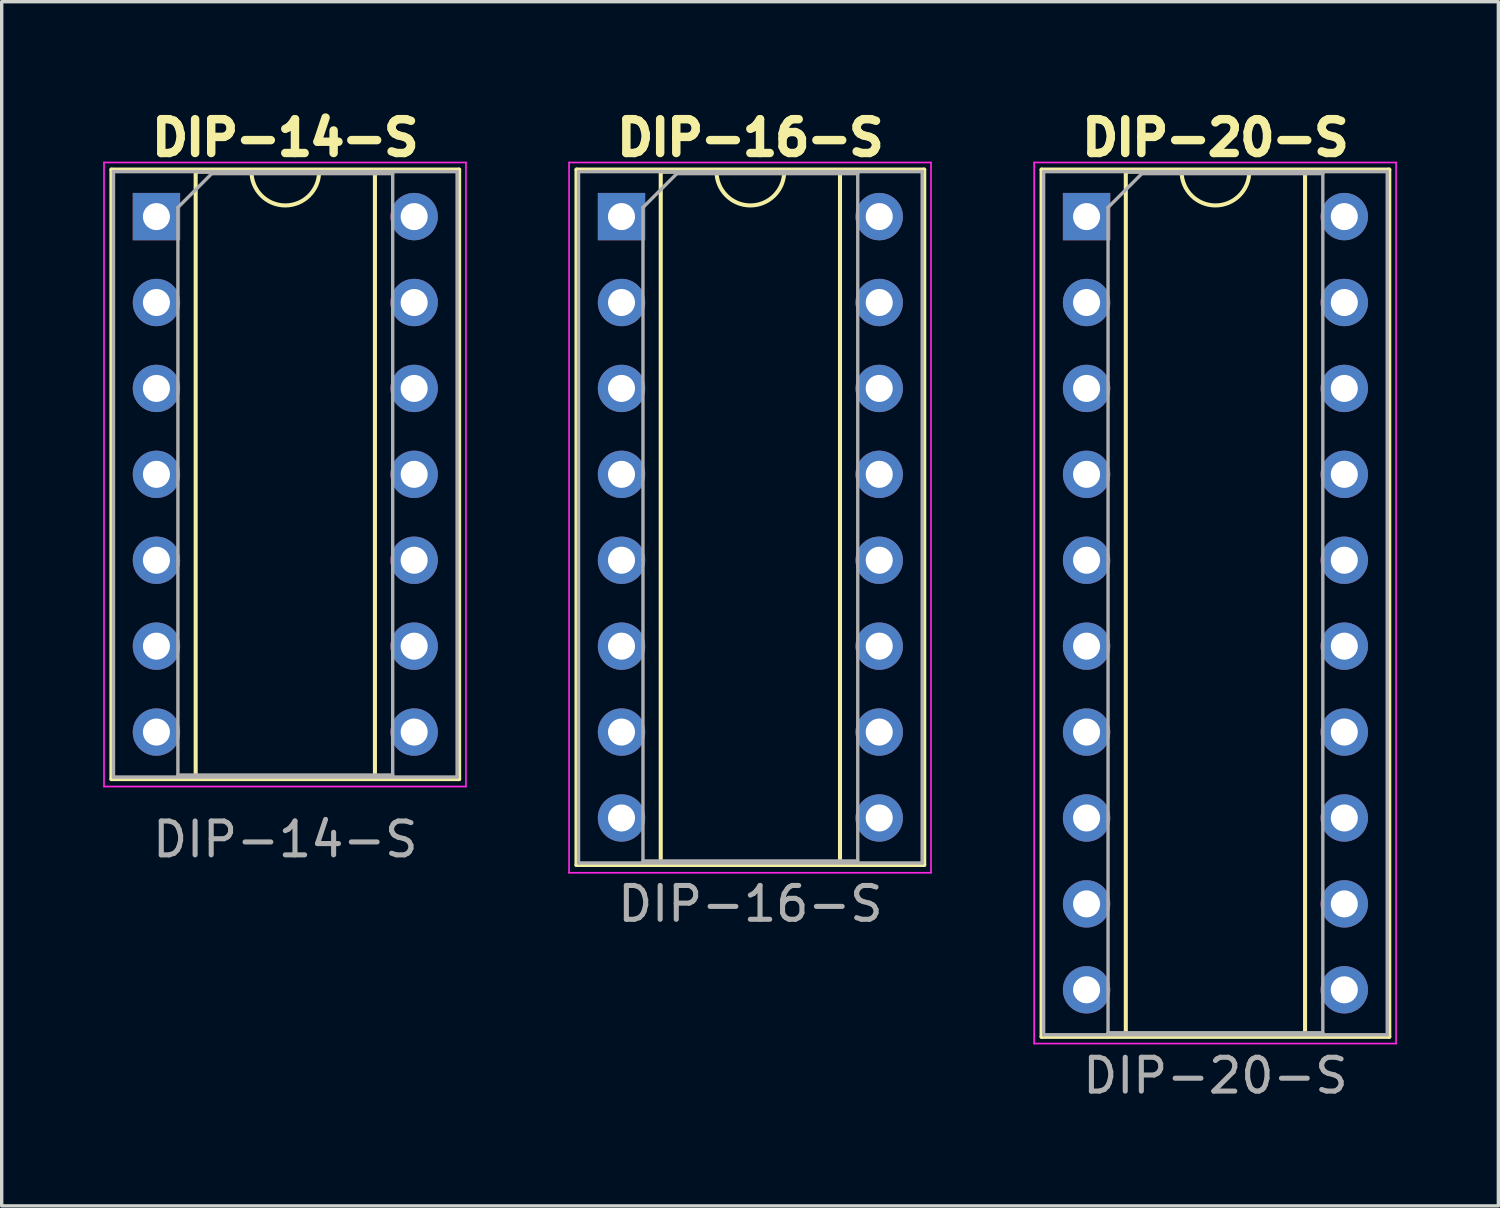
<source format=kicad_pcb>
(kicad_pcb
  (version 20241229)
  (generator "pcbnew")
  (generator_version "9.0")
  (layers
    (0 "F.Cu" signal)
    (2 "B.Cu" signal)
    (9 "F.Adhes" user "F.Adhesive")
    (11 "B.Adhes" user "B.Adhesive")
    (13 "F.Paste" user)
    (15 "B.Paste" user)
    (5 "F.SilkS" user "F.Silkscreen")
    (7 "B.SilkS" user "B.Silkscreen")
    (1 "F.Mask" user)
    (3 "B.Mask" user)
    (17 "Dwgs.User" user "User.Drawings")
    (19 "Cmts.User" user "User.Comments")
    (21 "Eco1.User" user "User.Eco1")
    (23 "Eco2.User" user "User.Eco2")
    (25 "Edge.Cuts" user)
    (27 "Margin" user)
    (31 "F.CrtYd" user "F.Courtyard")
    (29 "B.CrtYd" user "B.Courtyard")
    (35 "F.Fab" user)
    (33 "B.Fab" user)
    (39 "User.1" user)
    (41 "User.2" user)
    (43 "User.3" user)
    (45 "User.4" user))
  (footprint "DIP-20-S"
    (layer "F.Cu")
    (at 29.075 3.354)
    (property "Reference" "DIP-20-S" (at 3.81 -2.33 0) (layer "F.SilkS") (effects (font (size 1 1) (thickness 0.25))))
    (attr through_hole)
    (fp_line (start -1.33 -1.39) (end -1.33 24.25) (stroke (width 0.12) (type solid)) (layer "F.SilkS"))
    (fp_line (start -1.33 24.25) (end 8.95 24.25) (stroke (width 0.12) (type solid)) (layer "F.SilkS"))
    (fp_line (start 1.16 -1.33) (end 1.16 24.19) (stroke (width 0.12) (type solid)) (layer "F.SilkS"))
    (fp_line (start 1.16 24.19) (end 6.46 24.19) (stroke (width 0.12) (type solid)) (layer "F.SilkS"))
    (fp_line (start 2.81 -1.33) (end 1.16 -1.33) (stroke (width 0.12) (type solid)) (layer "F.SilkS"))
    (fp_line (start 6.46 -1.33) (end 4.81 -1.33) (stroke (width 0.12) (type solid)) (layer "F.SilkS"))
    (fp_line (start 6.46 24.19) (end 6.46 -1.33) (stroke (width 0.12) (type solid)) (layer "F.SilkS"))
    (fp_line (start 8.95 -1.39) (end -1.33 -1.39) (stroke (width 0.12) (type solid)) (layer "F.SilkS"))
    (fp_line (start 8.95 24.25) (end 8.95 -1.39) (stroke (width 0.12) (type solid)) (layer "F.SilkS"))
    (fp_arc (start 4.81 -1.33) (mid 3.81 -0.33) (end 2.81 -1.33) (stroke (width 0.12) (type solid)) (layer "F.SilkS"))
    (fp_line (start -1.55 -1.6) (end -1.55 24.45) (stroke (width 0.05) (type solid)) (layer "F.CrtYd"))
    (fp_line (start -1.55 24.45) (end 9.15 24.45) (stroke (width 0.05) (type solid)) (layer "F.CrtYd"))
    (fp_line (start 9.15 -1.6) (end -1.55 -1.6) (stroke (width 0.05) (type solid)) (layer "F.CrtYd"))
    (fp_line (start 9.15 24.45) (end 9.15 -1.6) (stroke (width 0.05) (type solid)) (layer "F.CrtYd"))
    (fp_line (start -1.27 -1.33) (end -1.27 24.19) (stroke (width 0.1) (type solid)) (layer "F.Fab"))
    (fp_line (start -1.27 24.19) (end 8.89 24.19) (stroke (width 0.1) (type solid)) (layer "F.Fab"))
    (fp_line (start 0.635 -0.27) (end 1.635 -1.27) (stroke (width 0.1) (type solid)) (layer "F.Fab"))
    (fp_line (start 0.635 24.13) (end 0.635 -0.27) (stroke (width 0.1) (type solid)) (layer "F.Fab"))
    (fp_line (start 1.635 -1.27) (end 6.985 -1.27) (stroke (width 0.1) (type solid)) (layer "F.Fab"))
    (fp_line (start 6.985 -1.27) (end 6.985 24.13) (stroke (width 0.1) (type solid)) (layer "F.Fab"))
    (fp_line (start 6.985 24.13) (end 0.635 24.13) (stroke (width 0.1) (type solid)) (layer "F.Fab"))
    (fp_line (start 8.89 -1.33) (end -1.27 -1.33) (stroke (width 0.1) (type solid)) (layer "F.Fab"))
    (fp_line (start 8.89 24.19) (end 8.89 -1.33) (stroke (width 0.1) (type solid)) (layer "F.Fab"))
    (fp_text user "${REFERENCE}" (at 3.81 25.4 0) (layer "F.Fab") (effects (font (size 1 1) (thickness 0.15))))
    (pad "1" thru_hole rect (at 0 0) (size 1.4 1.4) (drill 0.8) (layers "*.Cu" "*.Mask"))
    (pad "2" thru_hole circle (at 0 2.54) (size 1.4 1.4) (drill 0.8) (layers "*.Cu" "*.Mask"))
    (pad "3" thru_hole circle (at 0 5.08) (size 1.4 1.4) (drill 0.8) (layers "*.Cu" "*.Mask"))
    (pad "4" thru_hole circle (at 0 7.62) (size 1.4 1.4) (drill 0.8) (layers "*.Cu" "*.Mask"))
    (pad "5" thru_hole circle (at 0 10.16) (size 1.4 1.4) (drill 0.8) (layers "*.Cu" "*.Mask"))
    (pad "6" thru_hole circle (at 0 12.7) (size 1.4 1.4) (drill 0.8) (layers "*.Cu" "*.Mask"))
    (pad "7" thru_hole circle (at 0 15.24) (size 1.4 1.4) (drill 0.8) (layers "*.Cu" "*.Mask"))
    (pad "8" thru_hole circle (at 0 17.78) (size 1.4 1.4) (drill 0.8) (layers "*.Cu" "*.Mask"))
    (pad "9" thru_hole circle (at 0 20.32) (size 1.4 1.4) (drill 0.8) (layers "*.Cu" "*.Mask"))
    (pad "10" thru_hole circle (at 0 22.86) (size 1.4 1.4) (drill 0.8) (layers "*.Cu" "*.Mask"))
    (pad "11" thru_hole circle (at 7.62 22.86) (size 1.4 1.4) (drill 0.8) (layers "*.Cu" "*.Mask"))
    (pad "12" thru_hole circle (at 7.62 20.32) (size 1.4 1.4) (drill 0.8) (layers "*.Cu" "*.Mask"))
    (pad "13" thru_hole circle (at 7.62 17.78) (size 1.4 1.4) (drill 0.8) (layers "*.Cu" "*.Mask"))
    (pad "14" thru_hole circle (at 7.62 15.24) (size 1.4 1.4) (drill 0.8) (layers "*.Cu" "*.Mask"))
    (pad "15" thru_hole circle (at 7.62 12.7) (size 1.4 1.4) (drill 0.8) (layers "*.Cu" "*.Mask"))
    (pad "16" thru_hole circle (at 7.62 10.16) (size 1.4 1.4) (drill 0.8) (layers "*.Cu" "*.Mask"))
    (pad "17" thru_hole circle (at 7.62 7.62) (size 1.4 1.4) (drill 0.8) (layers "*.Cu" "*.Mask"))
    (pad "18" thru_hole circle (at 7.62 5.08) (size 1.4 1.4) (drill 0.8) (layers "*.Cu" "*.Mask"))
    (pad "19" thru_hole circle (at 7.62 2.54) (size 1.4 1.4) (drill 0.8) (layers "*.Cu" "*.Mask"))
    (pad "20" thru_hole circle (at 7.62 0) (size 1.4 1.4) (drill 0.8) (layers "*.Cu" "*.Mask")))
  (footprint "DIP-16-S"
    (layer "F.Cu")
    (at 15.325 3.354)
    (property "Reference" "DIP-16-S" (at 3.81 -2.33 0) (layer "F.SilkS") (effects (font (size 1 1) (thickness 0.25))))
    (attr through_hole)
    (fp_line (start -1.33 -1.39) (end -1.33 19.17) (stroke (width 0.12) (type solid)) (layer "F.SilkS"))
    (fp_line (start -1.33 19.17) (end 8.95 19.17) (stroke (width 0.12) (type solid)) (layer "F.SilkS"))
    (fp_line (start 1.16 -1.33) (end 1.16 19.11) (stroke (width 0.12) (type solid)) (layer "F.SilkS"))
    (fp_line (start 1.16 19.11) (end 6.46 19.11) (stroke (width 0.12) (type solid)) (layer "F.SilkS"))
    (fp_line (start 2.81 -1.33) (end 1.16 -1.33) (stroke (width 0.12) (type solid)) (layer "F.SilkS"))
    (fp_line (start 6.46 -1.33) (end 4.81 -1.33) (stroke (width 0.12) (type solid)) (layer "F.SilkS"))
    (fp_line (start 6.46 19.11) (end 6.46 -1.33) (stroke (width 0.12) (type solid)) (layer "F.SilkS"))
    (fp_line (start 8.95 -1.39) (end -1.33 -1.39) (stroke (width 0.12) (type solid)) (layer "F.SilkS"))
    (fp_line (start 8.95 19.17) (end 8.95 -1.39) (stroke (width 0.12) (type solid)) (layer "F.SilkS"))
    (fp_arc (start 4.81 -1.33) (mid 3.81 -0.33) (end 2.81 -1.33) (stroke (width 0.12) (type solid)) (layer "F.SilkS"))
    (fp_line (start -1.55 -1.6) (end -1.55 19.4) (stroke (width 0.05) (type solid)) (layer "F.CrtYd"))
    (fp_line (start -1.55 19.4) (end 9.15 19.4) (stroke (width 0.05) (type solid)) (layer "F.CrtYd"))
    (fp_line (start 9.15 -1.6) (end -1.55 -1.6) (stroke (width 0.05) (type solid)) (layer "F.CrtYd"))
    (fp_line (start 9.15 19.4) (end 9.15 -1.6) (stroke (width 0.05) (type solid)) (layer "F.CrtYd"))
    (fp_line (start -1.27 -1.33) (end -1.27 19.11) (stroke (width 0.1) (type solid)) (layer "F.Fab"))
    (fp_line (start -1.27 19.11) (end 8.89 19.11) (stroke (width 0.1) (type solid)) (layer "F.Fab"))
    (fp_line (start 0.635 -0.27) (end 1.635 -1.27) (stroke (width 0.1) (type solid)) (layer "F.Fab"))
    (fp_line (start 0.635 19.05) (end 0.635 -0.27) (stroke (width 0.1) (type solid)) (layer "F.Fab"))
    (fp_line (start 1.635 -1.27) (end 6.985 -1.27) (stroke (width 0.1) (type solid)) (layer "F.Fab"))
    (fp_line (start 6.985 -1.27) (end 6.985 19.05) (stroke (width 0.1) (type solid)) (layer "F.Fab"))
    (fp_line (start 6.985 19.05) (end 0.635 19.05) (stroke (width 0.1) (type solid)) (layer "F.Fab"))
    (fp_line (start 8.89 -1.33) (end -1.27 -1.33) (stroke (width 0.1) (type solid)) (layer "F.Fab"))
    (fp_line (start 8.89 19.11) (end 8.89 -1.33) (stroke (width 0.1) (type solid)) (layer "F.Fab"))
    (fp_text user "${REFERENCE}" (at 3.81 20.32 0) (layer "F.Fab") (effects (font (size 1 1) (thickness 0.15))))
    (pad "1" thru_hole rect (at 0 0) (size 1.4 1.4) (drill 0.8) (layers "*.Cu" "*.Mask"))
    (pad "2" thru_hole circle (at 0 2.54) (size 1.4 1.4) (drill 0.8) (layers "*.Cu" "*.Mask"))
    (pad "3" thru_hole circle (at 0 5.08) (size 1.4 1.4) (drill 0.8) (layers "*.Cu" "*.Mask"))
    (pad "4" thru_hole circle (at 0 7.62) (size 1.4 1.4) (drill 0.8) (layers "*.Cu" "*.Mask"))
    (pad "5" thru_hole circle (at 0 10.16) (size 1.4 1.4) (drill 0.8) (layers "*.Cu" "*.Mask"))
    (pad "6" thru_hole circle (at 0 12.7) (size 1.4 1.4) (drill 0.8) (layers "*.Cu" "*.Mask"))
    (pad "7" thru_hole circle (at 0 15.24) (size 1.4 1.4) (drill 0.8) (layers "*.Cu" "*.Mask"))
    (pad "8" thru_hole circle (at 0 17.78) (size 1.4 1.4) (drill 0.8) (layers "*.Cu" "*.Mask"))
    (pad "9" thru_hole circle (at 7.62 17.78) (size 1.4 1.4) (drill 0.8) (layers "*.Cu" "*.Mask"))
    (pad "10" thru_hole circle (at 7.62 15.24) (size 1.4 1.4) (drill 0.8) (layers "*.Cu" "*.Mask"))
    (pad "11" thru_hole circle (at 7.62 12.7) (size 1.4 1.4) (drill 0.8) (layers "*.Cu" "*.Mask"))
    (pad "12" thru_hole circle (at 7.62 10.16) (size 1.4 1.4) (drill 0.8) (layers "*.Cu" "*.Mask"))
    (pad "13" thru_hole circle (at 7.62 7.62) (size 1.4 1.4) (drill 0.8) (layers "*.Cu" "*.Mask"))
    (pad "14" thru_hole circle (at 7.62 5.08) (size 1.4 1.4) (drill 0.8) (layers "*.Cu" "*.Mask"))
    (pad "15" thru_hole circle (at 7.62 2.54) (size 1.4 1.4) (drill 0.8) (layers "*.Cu" "*.Mask"))
    (pad "16" thru_hole circle (at 7.62 0) (size 1.4 1.4) (drill 0.8) (layers "*.Cu" "*.Mask")))
  (footprint "DIP-14-S"
    (layer "F.Cu")
    (at 1.575 3.354)
    (property "Reference" "DIP-14-S" (at 3.81 -2.33 0) (layer "F.SilkS") (effects (font (size 1 1) (thickness 0.25))))
    (attr through_hole)
    (fp_line (start -1.33 -1.39) (end -1.33 16.63) (stroke (width 0.12) (type solid)) (layer "F.SilkS"))
    (fp_line (start -1.33 16.63) (end 8.95 16.63) (stroke (width 0.12) (type solid)) (layer "F.SilkS"))
    (fp_line (start 1.16 -1.33) (end 1.16 16.57) (stroke (width 0.12) (type solid)) (layer "F.SilkS"))
    (fp_line (start 1.16 16.57) (end 6.46 16.57) (stroke (width 0.12) (type solid)) (layer "F.SilkS"))
    (fp_line (start 2.81 -1.33) (end 1.16 -1.33) (stroke (width 0.12) (type solid)) (layer "F.SilkS"))
    (fp_line (start 6.46 -1.33) (end 4.81 -1.33) (stroke (width 0.12) (type solid)) (layer "F.SilkS"))
    (fp_line (start 6.46 16.57) (end 6.46 -1.33) (stroke (width 0.12) (type solid)) (layer "F.SilkS"))
    (fp_line (start 8.95 -1.39) (end -1.33 -1.39) (stroke (width 0.12) (type solid)) (layer "F.SilkS"))
    (fp_line (start 8.95 16.63) (end 8.95 -1.39) (stroke (width 0.12) (type solid)) (layer "F.SilkS"))
    (fp_arc (start 4.81 -1.33) (mid 3.81 -0.33) (end 2.81 -1.33) (stroke (width 0.12) (type solid)) (layer "F.SilkS"))
    (fp_line (start -1.55 -1.6) (end -1.55 16.85) (stroke (width 0.05) (type solid)) (layer "F.CrtYd"))
    (fp_line (start -1.55 16.85) (end 9.15 16.85) (stroke (width 0.05) (type solid)) (layer "F.CrtYd"))
    (fp_line (start 9.15 -1.6) (end -1.55 -1.6) (stroke (width 0.05) (type solid)) (layer "F.CrtYd"))
    (fp_line (start 9.15 16.85) (end 9.15 -1.6) (stroke (width 0.05) (type solid)) (layer "F.CrtYd"))
    (fp_line (start -1.27 -1.33) (end -1.27 16.57) (stroke (width 0.1) (type solid)) (layer "F.Fab"))
    (fp_line (start -1.27 16.57) (end 8.89 16.57) (stroke (width 0.1) (type solid)) (layer "F.Fab"))
    (fp_line (start 0.635 -0.27) (end 1.635 -1.27) (stroke (width 0.1) (type solid)) (layer "F.Fab"))
    (fp_line (start 0.635 16.51) (end 0.635 -0.27) (stroke (width 0.1) (type solid)) (layer "F.Fab"))
    (fp_line (start 1.635 -1.27) (end 6.985 -1.27) (stroke (width 0.1) (type solid)) (layer "F.Fab"))
    (fp_line (start 6.985 -1.27) (end 6.985 16.51) (stroke (width 0.1) (type solid)) (layer "F.Fab"))
    (fp_line (start 6.985 16.51) (end 0.635 16.51) (stroke (width 0.1) (type solid)) (layer "F.Fab"))
    (fp_line (start 8.89 -1.33) (end -1.27 -1.33) (stroke (width 0.1) (type solid)) (layer "F.Fab"))
    (fp_line (start 8.89 16.57) (end 8.89 -1.33) (stroke (width 0.1) (type solid)) (layer "F.Fab"))
    (fp_text user "${REFERENCE}" (at 3.81 18.415 0) (layer "F.Fab") (effects (font (size 1 1) (thickness 0.15))))
    (pad "1" thru_hole rect (at 0 0) (size 1.4 1.4) (drill 0.8) (layers "*.Cu" "*.Mask"))
    (pad "2" thru_hole circle (at 0 2.54) (size 1.4 1.4) (drill 0.8) (layers "*.Cu" "*.Mask"))
    (pad "3" thru_hole circle (at 0 5.08) (size 1.4 1.4) (drill 0.8) (layers "*.Cu" "*.Mask"))
    (pad "4" thru_hole circle (at 0 7.62) (size 1.4 1.4) (drill 0.8) (layers "*.Cu" "*.Mask"))
    (pad "5" thru_hole circle (at 0 10.16) (size 1.4 1.4) (drill 0.8) (layers "*.Cu" "*.Mask"))
    (pad "6" thru_hole circle (at 0 12.7) (size 1.4 1.4) (drill 0.8) (layers "*.Cu" "*.Mask"))
    (pad "7" thru_hole circle (at 0 15.24) (size 1.4 1.4) (drill 0.8) (layers "*.Cu" "*.Mask"))
    (pad "8" thru_hole circle (at 7.62 15.24) (size 1.4 1.4) (drill 0.8) (layers "*.Cu" "*.Mask"))
    (pad "9" thru_hole circle (at 7.62 12.7) (size 1.4 1.4) (drill 0.8) (layers "*.Cu" "*.Mask"))
    (pad "10" thru_hole circle (at 7.62 10.16) (size 1.4 1.4) (drill 0.8) (layers "*.Cu" "*.Mask"))
    (pad "11" thru_hole circle (at 7.62 7.62) (size 1.4 1.4) (drill 0.8) (layers "*.Cu" "*.Mask"))
    (pad "12" thru_hole circle (at 7.62 5.08) (size 1.4 1.4) (drill 0.8) (layers "*.Cu" "*.Mask"))
    (pad "13" thru_hole circle (at 7.62 2.54) (size 1.4 1.4) (drill 0.8) (layers "*.Cu" "*.Mask"))
    (pad "14" thru_hole circle (at 7.62 0) (size 1.4 1.4) (drill 0.8) (layers "*.Cu" "*.Mask")))
  (gr_rect
    (start -3 -3)
    (end 41.25 32.602)
    (stroke (width 0.1) (type default))
    (fill no)
    (layer "Edge.Cuts")))
</source>
